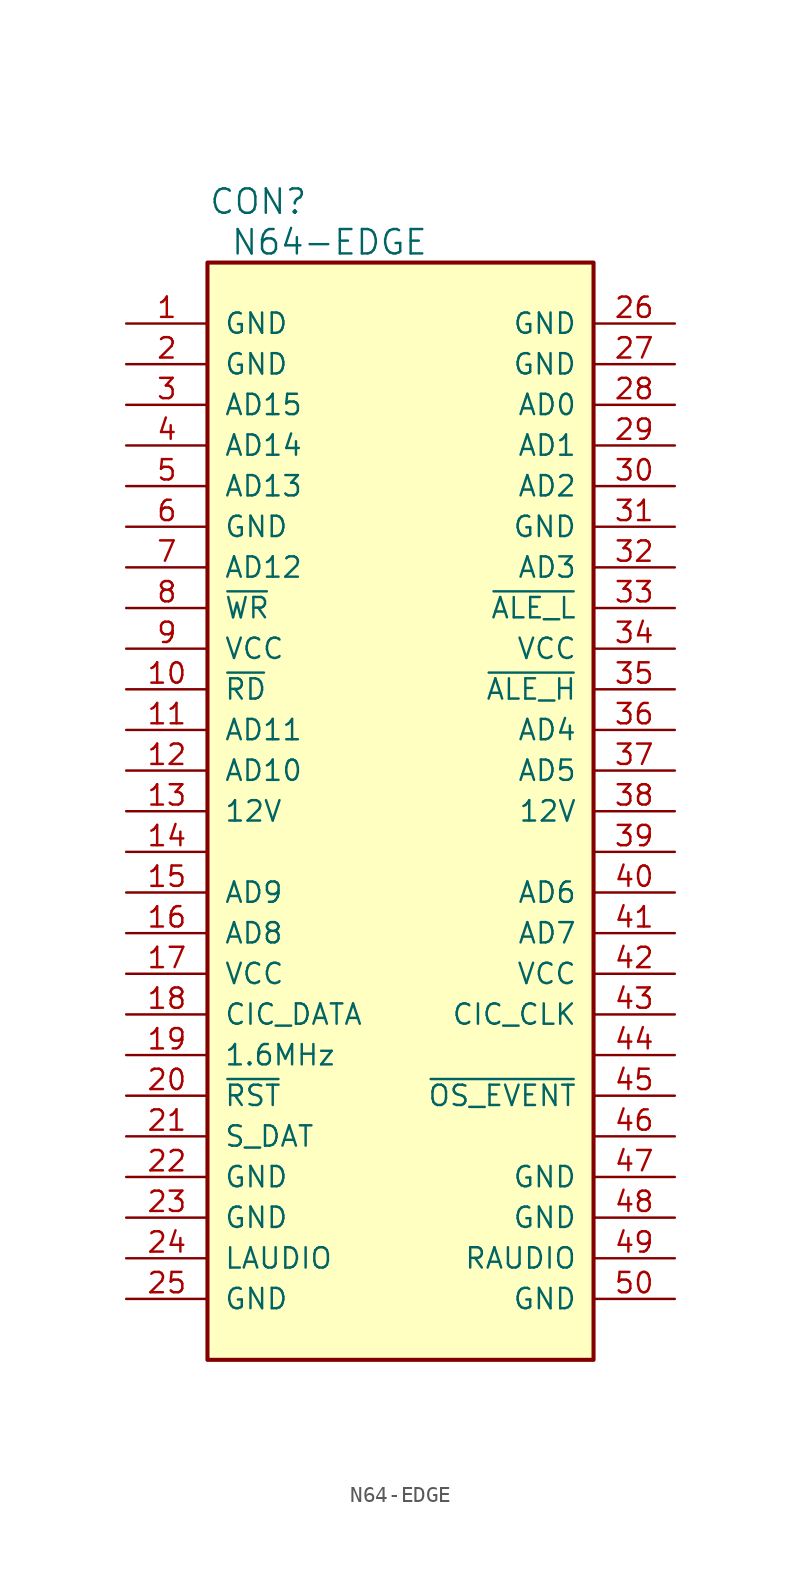
<source format=kicad_sym>
(kicad_symbol_lib
  (version 20220914)
  (generator kicad_symbol_editor)
  (symbol "N64-EDGE"
    (pin_names
      (offset 1.016))
    (property "Reference" "CON"
      (at 3.175 3.81 0)
      (effects (font (size 1.524 1.524))))
    (property "Value" "N64-EDGE"
      (at 7.62 1.27 0)
      (effects (font (size 1.524 1.524))))
    (symbol "N64-EDGE_0_1"
      (rectangle (start 0 0) (end 24.13 -68.58) (stroke (width 0.254) (type default)) (fill (type background))))
    (symbol "N64-EDGE_1_1"
      (pin power_in line (at -5.08 -3.81 0) (length 5.08) (name "GND" (effects (font (size 1.27 1.27)))) (number "1" (effects (font (size 1.27 1.27)))))
      (pin output line (at -5.08 -26.67 0) (length 5.08) (name "~{RD}" (effects (font (size 1.27 1.27)))) (number "10" (effects (font (size 1.27 1.27)))))
      (pin tri_state line (at -5.08 -29.21 0) (length 5.08) (name "AD11" (effects (font (size 1.27 1.27)))) (number "11" (effects (font (size 1.27 1.27)))))
      (pin tri_state line (at -5.08 -31.75 0) (length 5.08) (name "AD10" (effects (font (size 1.27 1.27)))) (number "12" (effects (font (size 1.27 1.27)))))
      (pin power_in line (at -5.08 -34.29 0) (length 5.08) (name "12V" (effects (font (size 1.27 1.27)))) (number "13" (effects (font (size 1.27 1.27)))))
      (pin passive line (at -5.08 -36.83 0) (length 5.08) (name "~" (effects (font (size 1.27 1.27)))) (number "14" (effects (font (size 1.27 1.27)))))
      (pin tri_state line (at -5.08 -39.37 0) (length 5.08) (name "AD9" (effects (font (size 1.27 1.27)))) (number "15" (effects (font (size 1.27 1.27)))))
      (pin tri_state line (at -5.08 -41.91 0) (length 5.08) (name "AD8" (effects (font (size 1.27 1.27)))) (number "16" (effects (font (size 1.27 1.27)))))
      (pin power_in line (at -5.08 -44.45 0) (length 5.08) (name "VCC" (effects (font (size 1.27 1.27)))) (number "17" (effects (font (size 1.27 1.27)))))
      (pin tri_state line (at -5.08 -46.99 0) (length 5.08) (name "CIC_DATA" (effects (font (size 1.27 1.27)))) (number "18" (effects (font (size 1.27 1.27)))))
      (pin output line (at -5.08 -49.53 0) (length 5.08) (name "1.6MHz" (effects (font (size 1.27 1.27)))) (number "19" (effects (font (size 1.27 1.27)))))
      (pin power_in line (at -5.08 -6.35 0) (length 5.08) (name "GND" (effects (font (size 1.27 1.27)))) (number "2" (effects (font (size 1.27 1.27)))))
      (pin output line (at -5.08 -52.07 0) (length 5.08) (name "~{RST}" (effects (font (size 1.27 1.27)))) (number "20" (effects (font (size 1.27 1.27)))))
      (pin tri_state line (at -5.08 -54.61 0) (length 5.08) (name "S_DAT" (effects (font (size 1.27 1.27)))) (number "21" (effects (font (size 1.27 1.27)))))
      (pin power_in line (at -5.08 -57.15 0) (length 5.08) (name "GND" (effects (font (size 1.27 1.27)))) (number "22" (effects (font (size 1.27 1.27)))))
      (pin power_in line (at -5.08 -59.69 0) (length 5.08) (name "GND" (effects (font (size 1.27 1.27)))) (number "23" (effects (font (size 1.27 1.27)))))
      (pin output line (at -5.08 -62.23 0) (length 5.08) (name "LAUDIO" (effects (font (size 1.27 1.27)))) (number "24" (effects (font (size 1.27 1.27)))))
      (pin power_in line (at -5.08 -64.77 0) (length 5.08) (name "GND" (effects (font (size 1.27 1.27)))) (number "25" (effects (font (size 1.27 1.27)))))
      (pin power_in line (at 29.21 -3.81 180) (length 5.08) (name "GND" (effects (font (size 1.27 1.27)))) (number "26" (effects (font (size 1.27 1.27)))))
      (pin power_in line (at 29.21 -6.35 180) (length 5.08) (name "GND" (effects (font (size 1.27 1.27)))) (number "27" (effects (font (size 1.27 1.27)))))
      (pin tri_state line (at 29.21 -8.89 180) (length 5.08) (name "AD0" (effects (font (size 1.27 1.27)))) (number "28" (effects (font (size 1.27 1.27)))))
      (pin tri_state line (at 29.21 -11.43 180) (length 5.08) (name "AD1" (effects (font (size 1.27 1.27)))) (number "29" (effects (font (size 1.27 1.27)))))
      (pin tri_state line (at -5.08 -8.89 0) (length 5.08) (name "AD15" (effects (font (size 1.27 1.27)))) (number "3" (effects (font (size 1.27 1.27)))))
      (pin tri_state line (at 29.21 -13.97 180) (length 5.08) (name "AD2" (effects (font (size 1.27 1.27)))) (number "30" (effects (font (size 1.27 1.27)))))
      (pin power_in line (at 29.21 -16.51 180) (length 5.08) (name "GND" (effects (font (size 1.27 1.27)))) (number "31" (effects (font (size 1.27 1.27)))))
      (pin tri_state line (at 29.21 -19.05 180) (length 5.08) (name "AD3" (effects (font (size 1.27 1.27)))) (number "32" (effects (font (size 1.27 1.27)))))
      (pin output line (at 29.21 -21.59 180) (length 5.08) (name "~{ALE_L}" (effects (font (size 1.27 1.27)))) (number "33" (effects (font (size 1.27 1.27)))))
      (pin power_in line (at 29.21 -24.13 180) (length 5.08) (name "VCC" (effects (font (size 1.27 1.27)))) (number "34" (effects (font (size 1.27 1.27)))))
      (pin output line (at 29.21 -26.67 180) (length 5.08) (name "~{ALE_H}" (effects (font (size 1.27 1.27)))) (number "35" (effects (font (size 1.27 1.27)))))
      (pin tri_state line (at 29.21 -29.21 180) (length 5.08) (name "AD4" (effects (font (size 1.27 1.27)))) (number "36" (effects (font (size 1.27 1.27)))))
      (pin tri_state line (at 29.21 -31.75 180) (length 5.08) (name "AD5" (effects (font (size 1.27 1.27)))) (number "37" (effects (font (size 1.27 1.27)))))
      (pin power_in line (at 29.21 -34.29 180) (length 5.08) (name "12V" (effects (font (size 1.27 1.27)))) (number "38" (effects (font (size 1.27 1.27)))))
      (pin passive line (at 29.21 -36.83 180) (length 5.08) (name "~" (effects (font (size 1.27 1.27)))) (number "39" (effects (font (size 1.27 1.27)))))
      (pin tri_state line (at -5.08 -11.43 0) (length 5.08) (name "AD14" (effects (font (size 1.27 1.27)))) (number "4" (effects (font (size 1.27 1.27)))))
      (pin tri_state line (at 29.21 -39.37 180) (length 5.08) (name "AD6" (effects (font (size 1.27 1.27)))) (number "40" (effects (font (size 1.27 1.27)))))
      (pin tri_state line (at 29.21 -41.91 180) (length 5.08) (name "AD7" (effects (font (size 1.27 1.27)))) (number "41" (effects (font (size 1.27 1.27)))))
      (pin power_in line (at 29.21 -44.45 180) (length 5.08) (name "VCC" (effects (font (size 1.27 1.27)))) (number "42" (effects (font (size 1.27 1.27)))))
      (pin tri_state line (at 29.21 -46.99 180) (length 5.08) (name "CIC_CLK" (effects (font (size 1.27 1.27)))) (number "43" (effects (font (size 1.27 1.27)))))
      (pin passive line (at 29.21 -49.53 180) (length 5.08) (name "~" (effects (font (size 1.27 1.27)))) (number "44" (effects (font (size 1.27 1.27)))))
      (pin tri_state line (at 29.21 -52.07 180) (length 5.08) (name "~{OS_EVENT}" (effects (font (size 1.27 1.27)))) (number "45" (effects (font (size 1.27 1.27)))))
      (pin passive line (at 29.21 -54.61 180) (length 5.08) (name "~" (effects (font (size 1.27 1.27)))) (number "46" (effects (font (size 1.27 1.27)))))
      (pin power_in line (at 29.21 -57.15 180) (length 5.08) (name "GND" (effects (font (size 1.27 1.27)))) (number "47" (effects (font (size 1.27 1.27)))))
      (pin power_in line (at 29.21 -59.69 180) (length 5.08) (name "GND" (effects (font (size 1.27 1.27)))) (number "48" (effects (font (size 1.27 1.27)))))
      (pin output line (at 29.21 -62.23 180) (length 5.08) (name "RAUDIO" (effects (font (size 1.27 1.27)))) (number "49" (effects (font (size 1.27 1.27)))))
      (pin tri_state line (at -5.08 -13.97 0) (length 5.08) (name "AD13" (effects (font (size 1.27 1.27)))) (number "5" (effects (font (size 1.27 1.27)))))
      (pin power_out line (at 29.21 -64.77 180) (length 5.08) (name "GND" (effects (font (size 1.27 1.27)))) (number "50" (effects (font (size 1.27 1.27)))))
      (pin power_in line (at -5.08 -16.51 0) (length 5.08) (name "GND" (effects (font (size 1.27 1.27)))) (number "6" (effects (font (size 1.27 1.27)))))
      (pin tri_state line (at -5.08 -19.05 0) (length 5.08) (name "AD12" (effects (font (size 1.27 1.27)))) (number "7" (effects (font (size 1.27 1.27)))))
      (pin output line (at -5.08 -21.59 0) (length 5.08) (name "~{WR}" (effects (font (size 1.27 1.27)))) (number "8" (effects (font (size 1.27 1.27)))))
      (pin power_in line (at -5.08 -24.13 0) (length 5.08) (name "VCC" (effects (font (size 1.27 1.27)))) (number "9" (effects (font (size 1.27 1.27))))))))
</source>
